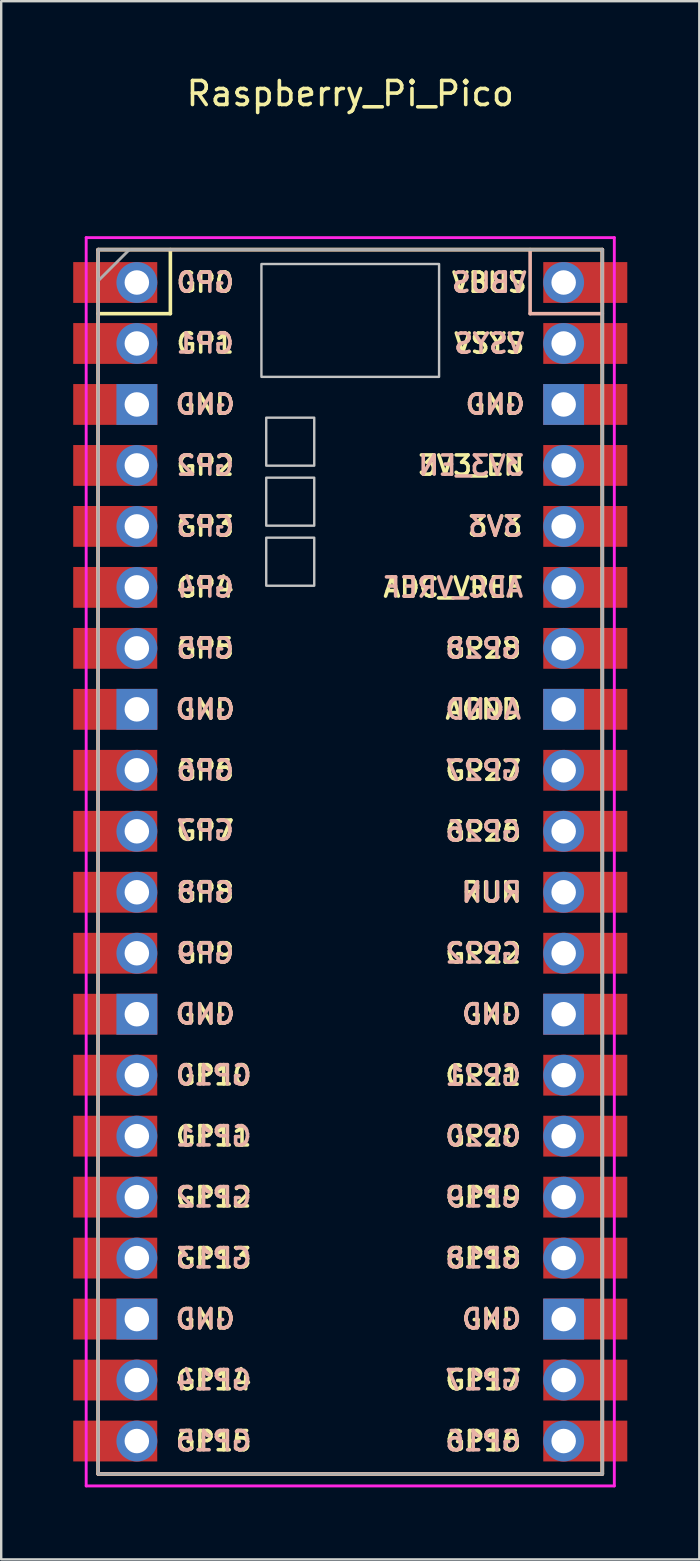
<source format=kicad_pcb>
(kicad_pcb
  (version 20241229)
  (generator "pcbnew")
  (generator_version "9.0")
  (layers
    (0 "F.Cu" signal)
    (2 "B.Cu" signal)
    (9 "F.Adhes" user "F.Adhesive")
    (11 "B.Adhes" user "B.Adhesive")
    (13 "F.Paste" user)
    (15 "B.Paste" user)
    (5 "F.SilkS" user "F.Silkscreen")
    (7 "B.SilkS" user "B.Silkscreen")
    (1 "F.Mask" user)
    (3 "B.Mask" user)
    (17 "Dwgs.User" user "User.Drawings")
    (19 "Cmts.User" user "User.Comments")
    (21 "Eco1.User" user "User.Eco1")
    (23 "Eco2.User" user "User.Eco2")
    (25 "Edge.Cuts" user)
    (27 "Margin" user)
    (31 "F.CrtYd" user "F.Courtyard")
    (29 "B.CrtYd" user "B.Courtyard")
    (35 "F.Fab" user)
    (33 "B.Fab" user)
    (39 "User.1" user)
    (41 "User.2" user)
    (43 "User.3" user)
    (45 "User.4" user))
  (footprint "Raspberry_Pi_Pico"
    (layer "F.Cu")
    (at 11.54 32.848)
    (property "Reference" "Raspberry_Pi_Pico" (at 0 -32 0) (layer "F.SilkS") (effects (font (size 1 1) (thickness 0.15))))
    (attr through_hole)
    (fp_line (start -10.5 -25.5) (end -10.5 25.5) (stroke (width 0.15) (type solid)) (layer "F.SilkS"))
    (fp_line (start -10.5 -25.5) (end 10.5 -25.5) (stroke (width 0.15) (type solid)) (layer "F.SilkS"))
    (fp_line (start -10.5 -22.833) (end -7.493 -22.833) (stroke (width 0.15) (type solid)) (layer "F.SilkS"))
    (fp_line (start -7.493 -22.833) (end -7.493 -25.5) (stroke (width 0.15) (type solid)) (layer "F.SilkS"))
    (fp_line (start 10.5 -25.5) (end 10.5 25.5) (stroke (width 0.15) (type solid)) (layer "F.SilkS"))
    (fp_line (start 10.5 25.5) (end -10.5 25.5) (stroke (width 0.15) (type solid)) (layer "F.SilkS"))
    (fp_line (start -10.5 -25.5) (end -10.5 25.5) (stroke (width 0.15) (type solid)) (layer "B.SilkS"))
    (fp_line (start -10.5 25.5) (end 10.5 25.5) (stroke (width 0.15) (type solid)) (layer "B.SilkS"))
    (fp_line (start 7.493 -22.833) (end 7.493 -25.5) (stroke (width 0.15) (type solid)) (layer "B.SilkS"))
    (fp_line (start 10.5 -25.5) (end -10.5 -25.5) (stroke (width 0.15) (type solid)) (layer "B.SilkS"))
    (fp_line (start 10.5 -25.5) (end 10.5 25.5) (stroke (width 0.15) (type solid)) (layer "B.SilkS"))
    (fp_line (start 10.5 -22.833) (end 7.493 -22.833) (stroke (width 0.15) (type solid)) (layer "B.SilkS"))
    (fp_poly (pts (xy -1.5 -16.5) (xy -3.5 -16.5) (xy -3.5 -18.5) (xy -1.5 -18.5)) (stroke (width 0.1) (type solid)) (fill no) (layer "Dwgs.User"))
    (fp_poly (pts (xy -1.5 -14) (xy -3.5 -14) (xy -3.5 -16) (xy -1.5 -16)) (stroke (width 0.1) (type solid)) (fill no) (layer "Dwgs.User"))
    (fp_poly (pts (xy -1.5 -11.5) (xy -3.5 -11.5) (xy -3.5 -13.5) (xy -1.5 -13.5)) (stroke (width 0.1) (type solid)) (fill no) (layer "Dwgs.User"))
    (fp_poly (pts (xy 3.7 -20.2) (xy -3.7 -20.2) (xy -3.7 -24.9) (xy 3.7 -24.9)) (stroke (width 0.1) (type solid)) (fill no) (layer "Dwgs.User"))
    (fp_line (start -11 -26) (end 11 -26) (stroke (width 0.12) (type solid)) (layer "F.CrtYd"))
    (fp_line (start -11 26) (end -11 -26) (stroke (width 0.12) (type solid)) (layer "F.CrtYd"))
    (fp_line (start 11 -26) (end 11 26) (stroke (width 0.12) (type solid)) (layer "F.CrtYd"))
    (fp_line (start 11 26) (end -11 26) (stroke (width 0.12) (type solid)) (layer "F.CrtYd"))
    (fp_line (start -10.5 -25.5) (end 10.5 -25.5) (stroke (width 0.12) (type solid)) (layer "F.Fab"))
    (fp_line (start -10.5 -24.2) (end -9.2 -25.5) (stroke (width 0.12) (type solid)) (layer "F.Fab"))
    (fp_line (start -10.5 25.5) (end -10.5 -25.5) (stroke (width 0.12) (type solid)) (layer "F.Fab"))
    (fp_line (start 10.5 -25.5) (end 10.5 25.5) (stroke (width 0.12) (type solid)) (layer "F.Fab"))
    (fp_line (start 10.5 25.5) (end -10.5 25.5) (stroke (width 0.12) (type solid)) (layer "F.Fab"))
    (fp_text user "GP19" (at 5.54 13.97 0) (layer "F.SilkS") (effects (font (size 0.8 0.8) (thickness 0.15))))
    (fp_text user "RUN" (at 5.89 1.27 0) (layer "F.SilkS") (effects (font (size 0.8 0.8) (thickness 0.15))))
    (fp_text user "GP15" (at -5.69 24.13 0) (layer "F.SilkS") (effects (font (size 0.8 0.8) (thickness 0.15))))
    (fp_text user "VSYS" (at 5.79 -21.59 0) (layer "F.SilkS") (effects (font (size 0.8 0.8) (thickness 0.15))))
    (fp_text user "GP27" (at 5.54 -3.8 0) (layer "F.SilkS") (effects (font (size 0.8 0.8) (thickness 0.15))))
    (fp_text user "GP9" (at -6.04 3.81 0) (layer "F.SilkS") (effects (font (size 0.8 0.8) (thickness 0.15))))
    (fp_text user "GP12" (at -5.69 13.97 0) (layer "F.SilkS") (effects (font (size 0.8 0.8) (thickness 0.15))))
    (fp_text user "GP20" (at 5.54 11.43 0) (layer "F.SilkS") (effects (font (size 0.8 0.8) (thickness 0.15))))
    (fp_text user "AGND" (at 5.54 -6.35 0) (layer "F.SilkS") (effects (font (size 0.8 0.8) (thickness 0.15))))
    (fp_text user "GP8" (at -6.04 1.27 0) (layer "F.SilkS") (effects (font (size 0.8 0.8) (thickness 0.15))))
    (fp_text user "GND" (at -6.04 19.05 0) (layer "F.SilkS") (effects (font (size 0.8 0.8) (thickness 0.15))))
    (fp_text user "GP5" (at -6.04 -8.89 0) (layer "F.SilkS") (effects (font (size 0.8 0.8) (thickness 0.15))))
    (fp_text user "GP26" (at 5.54 -1.27 0) (layer "F.SilkS") (effects (font (size 0.8 0.8) (thickness 0.15))))
    (fp_text user "GP14" (at -5.69 21.59 0) (layer "F.SilkS") (effects (font (size 0.8 0.8) (thickness 0.15))))
    (fp_text user "GP28" (at 5.54 -8.89 0) (layer "F.SilkS") (effects (font (size 0.8 0.8) (thickness 0.15))))
    (fp_text user "GP11" (at -5.69 11.43 0) (layer "F.SilkS") (effects (font (size 0.8 0.8) (thickness 0.15))))
    (fp_text user "GND" (at 5.89 6.35 0) (layer "F.SilkS") (effects (font (size 0.8 0.8) (thickness 0.15))))
    (fp_text user "GP6" (at -6.04 -3.81 0) (layer "F.SilkS") (effects (font (size 0.8 0.8) (thickness 0.15))))
    (fp_text user "GP10" (at -5.69 8.89 0) (layer "F.SilkS") (effects (font (size 0.8 0.8) (thickness 0.15))))
    (fp_text user "GND" (at -6.04 6.35 0) (layer "F.SilkS") (effects (font (size 0.8 0.8) (thickness 0.15))))
    (fp_text user "GP16" (at 5.54 24.13 0) (layer "F.SilkS") (effects (font (size 0.8 0.8) (thickness 0.15))))
    (fp_text user "3V3" (at 6.04 -13.97 0) (layer "F.SilkS") (effects (font (size 0.8 0.8) (thickness 0.15))))
    (fp_text user "GP3" (at -6.04 -13.97 0) (layer "F.SilkS") (effects (font (size 0.8 0.8) (thickness 0.15))))
    (fp_text user "GP13" (at -5.69 16.51 0) (layer "F.SilkS") (effects (font (size 0.8 0.8) (thickness 0.15))))
    (fp_text user "GP7" (at -6.04 -1.3 0) (layer "F.SilkS") (effects (font (size 0.8 0.8) (thickness 0.15))))
    (fp_text user "VBUS" (at 5.79 -24.13 0) (layer "F.SilkS") (effects (font (size 0.8 0.8) (thickness 0.15))))
    (fp_text user "ADC_VREF" (at 4.29 -11.43 0) (layer "F.SilkS") (effects (font (size 0.8 0.8) (thickness 0.15))))
    (fp_text user "GP22" (at 5.54 3.81 0) (layer "F.SilkS") (effects (font (size 0.8 0.8) (thickness 0.15))))
    (fp_text user "GP4" (at -6.04 -11.43 0) (layer "F.SilkS") (effects (font (size 0.8 0.8) (thickness 0.15))))
    (fp_text user "GP17" (at 5.54 21.59 0) (layer "F.SilkS") (effects (font (size 0.8 0.8) (thickness 0.15))))
    (fp_text user "GP2" (at -6.04 -16.51 0) (layer "F.SilkS") (effects (font (size 0.8 0.8) (thickness 0.15))))
    (fp_text user "3V3_EN" (at 5.04 -16.51 0) (layer "F.SilkS") (effects (font (size 0.8 0.8) (thickness 0.15))))
    (fp_text user "GP0" (at -6.04 -24.13 0) (layer "F.SilkS") (effects (font (size 0.8 0.8) (thickness 0.15))))
    (fp_text user "GND" (at -6.04 -6.35 0) (layer "F.SilkS") (effects (font (size 0.8 0.8) (thickness 0.15))))
    (fp_text user "GP18" (at 5.54 16.51 0) (layer "F.SilkS") (effects (font (size 0.8 0.8) (thickness 0.15))))
    (fp_text user "GP1" (at -6.04 -21.6 0) (layer "F.SilkS") (effects (font (size 0.8 0.8) (thickness 0.15))))
    (fp_text user "GND" (at 5.89 19.05 0) (layer "F.SilkS") (effects (font (size 0.8 0.8) (thickness 0.15))))
    (fp_text user "GP21" (at 5.54 8.9 0) (layer "F.SilkS") (effects (font (size 0.8 0.8) (thickness 0.15))))
    (fp_text user "GND" (at -6.04 -19.05 0) (layer "F.SilkS") (effects (font (size 0.8 0.8) (thickness 0.15))))
    (fp_text user "GND" (at 6.04 -19.05 0) (layer "F.SilkS") (effects (font (size 0.8 0.8) (thickness 0.15))))
    (fp_text user "GP2" (at -6.04 -16.51 0) (layer "B.SilkS") (effects (font (size 0.8 0.8) (thickness 0.15)) (justify mirror)))
    (fp_text user "GP26" (at 5.54 -1.27 0) (layer "B.SilkS") (effects (font (size 0.8 0.8) (thickness 0.15)) (justify mirror)))
    (fp_text user "GND" (at 5.89 19.05 0) (layer "B.SilkS") (effects (font (size 0.8 0.8) (thickness 0.15)) (justify mirror)))
    (fp_text user "GND" (at -6.04 -19.05 0) (layer "B.SilkS") (effects (font (size 0.8 0.8) (thickness 0.15)) (justify mirror)))
    (fp_text user "GP12" (at -5.69 13.97 0) (layer "B.SilkS") (effects (font (size 0.8 0.8) (thickness 0.15)) (justify mirror)))
    (fp_text user "GP11" (at -5.69 11.43 0) (layer "B.SilkS") (effects (font (size 0.8 0.8) (thickness 0.15)) (justify mirror)))
    (fp_text user "GP3" (at -6.04 -13.97 0) (layer "B.SilkS") (effects (font (size 0.8 0.8) (thickness 0.15)) (justify mirror)))
    (fp_text user "3V3_EN" (at 5.04 -16.51 0) (layer "B.SilkS") (effects (font (size 0.8 0.8) (thickness 0.15)) (justify mirror)))
    (fp_text user "GND" (at -6.04 6.35 0) (layer "B.SilkS") (effects (font (size 0.8 0.8) (thickness 0.15)) (justify mirror)))
    (fp_text user "GP21" (at 5.54 8.9 0) (layer "B.SilkS") (effects (font (size 0.8 0.8) (thickness 0.15)) (justify mirror)))
    (fp_text user "RUN" (at 5.89 1.27 0) (layer "B.SilkS") (effects (font (size 0.8 0.8) (thickness 0.15)) (justify mirror)))
    (fp_text user "GP7" (at -6.04 -1.3 0) (layer "B.SilkS") (effects (font (size 0.8 0.8) (thickness 0.15)) (justify mirror)))
    (fp_text user "VSYS" (at 5.79 -21.59 0) (layer "B.SilkS") (effects (font (size 0.8 0.8) (thickness 0.15)) (justify mirror)))
    (fp_text user "GP4" (at -6.04 -11.43 0) (layer "B.SilkS") (effects (font (size 0.8 0.8) (thickness 0.15)) (justify mirror)))
    (fp_text user "GP15" (at -5.69 24.13 0) (layer "B.SilkS") (effects (font (size 0.8 0.8) (thickness 0.15)) (justify mirror)))
    (fp_text user "ADC_VREF" (at 4.29 -11.43 0) (layer "B.SilkS") (effects (font (size 0.8 0.8) (thickness 0.15)) (justify mirror)))
    (fp_text user "GP14" (at -5.69 21.59 0) (layer "B.SilkS") (effects (font (size 0.8 0.8) (thickness 0.15)) (justify mirror)))
    (fp_text user "AGND" (at 5.54 -6.35 0) (layer "B.SilkS") (effects (font (size 0.8 0.8) (thickness 0.15)) (justify mirror)))
    (fp_text user "GP19" (at 5.54 13.97 0) (layer "B.SilkS") (effects (font (size 0.8 0.8) (thickness 0.15)) (justify mirror)))
    (fp_text user "GP22" (at 5.54 3.81 0) (layer "B.SilkS") (effects (font (size 0.8 0.8) (thickness 0.15)) (justify mirror)))
    (fp_text user "GP17" (at 5.54 21.59 0) (layer "B.SilkS") (effects (font (size 0.8 0.8) (thickness 0.15)) (justify mirror)))
    (fp_text user "GND" (at 5.89 6.35 0) (layer "B.SilkS") (effects (font (size 0.8 0.8) (thickness 0.15)) (justify mirror)))
    (fp_text user "GND" (at -6.04 -6.35 0) (layer "B.SilkS") (effects (font (size 0.8 0.8) (thickness 0.15)) (justify mirror)))
    (fp_text user "GND" (at -6.04 19.05 0) (layer "B.SilkS") (effects (font (size 0.8 0.8) (thickness 0.15)) (justify mirror)))
    (fp_text user "GP6" (at -6.04 -3.81 0) (layer "B.SilkS") (effects (font (size 0.8 0.8) (thickness 0.15)) (justify mirror)))
    (fp_text user "GND" (at 6.04 -19.05 0) (layer "B.SilkS") (effects (font (size 0.8 0.8) (thickness 0.15)) (justify mirror)))
    (fp_text user "3V3" (at 6.04 -13.97 0) (layer "B.SilkS") (effects (font (size 0.8 0.8) (thickness 0.15)) (justify mirror)))
    (fp_text user "GP13" (at -5.69 16.51 0) (layer "B.SilkS") (effects (font (size 0.8 0.8) (thickness 0.15)) (justify mirror)))
    (fp_text user "GP27" (at 5.54 -3.8 0) (layer "B.SilkS") (effects (font (size 0.8 0.8) (thickness 0.15)) (justify mirror)))
    (fp_text user "GP28" (at 5.54 -8.89 0) (layer "B.SilkS") (effects (font (size 0.8 0.8) (thickness 0.15)) (justify mirror)))
    (fp_text user "GP5" (at -6.04 -8.89 0) (layer "B.SilkS") (effects (font (size 0.8 0.8) (thickness 0.15)) (justify mirror)))
    (fp_text user "GP16" (at 5.54 24.13 0) (layer "B.SilkS") (effects (font (size 0.8 0.8) (thickness 0.15)) (justify mirror)))
    (fp_text user "GP8" (at -6.04 1.27 0) (layer "B.SilkS") (effects (font (size 0.8 0.8) (thickness 0.15)) (justify mirror)))
    (fp_text user "GP20" (at 5.54 11.43 0) (layer "B.SilkS") (effects (font (size 0.8 0.8) (thickness 0.15)) (justify mirror)))
    (fp_text user "GP10" (at -5.69 8.89 0) (layer "B.SilkS") (effects (font (size 0.8 0.8) (thickness 0.15)) (justify mirror)))
    (fp_text user "GP0" (at -6.04 -24.13 0) (layer "B.SilkS") (effects (font (size 0.8 0.8) (thickness 0.15)) (justify mirror)))
    (fp_text user "VBUS" (at 5.79 -24.13 0) (layer "B.SilkS") (effects (font (size 0.8 0.8) (thickness 0.15)) (justify mirror)))
    (fp_text user "GP18" (at 5.54 16.51 0) (layer "B.SilkS") (effects (font (size 0.8 0.8) (thickness 0.15)) (justify mirror)))
    (fp_text user "GP9" (at -6.04 3.81 0) (layer "B.SilkS") (effects (font (size 0.8 0.8) (thickness 0.15)) (justify mirror)))
    (fp_text user "GP1" (at -6.04 -21.6 0) (layer "B.SilkS") (effects (font (size 0.8 0.8) (thickness 0.15)) (justify mirror)))
    (pad "1" thru_hole oval (at -8.89 -24.13) (size 1.7 1.7) (drill 1.02) (layers "*.Cu" "*.Mask"))
    (pad "1" smd rect (at -8.89 -24.13) (size 3.5 1.7) (drill (offset -0.9 0)) (layers "F.Cu" "F.Mask"))
    (pad "2" thru_hole oval (at -8.89 -21.59) (size 1.7 1.7) (drill 1.02) (layers "*.Cu" "*.Mask"))
    (pad "2" smd rect (at -8.89 -21.59) (size 3.5 1.7) (drill (offset -0.9 0)) (layers "F.Cu" "F.Mask"))
    (pad "3" thru_hole rect (at -8.89 -19.05) (size 1.7 1.7) (drill 1.02) (layers "*.Cu" "*.Mask"))
    (pad "3" smd rect (at -8.89 -19.05) (size 3.5 1.7) (drill (offset -0.9 0)) (layers "F.Cu" "F.Mask"))
    (pad "4" thru_hole oval (at -8.89 -16.51) (size 1.7 1.7) (drill 1.02) (layers "*.Cu" "*.Mask"))
    (pad "4" smd rect (at -8.89 -16.51) (size 3.5 1.7) (drill (offset -0.9 0)) (layers "F.Cu" "F.Mask"))
    (pad "5" thru_hole oval (at -8.89 -13.97) (size 1.7 1.7) (drill 1.02) (layers "*.Cu" "*.Mask"))
    (pad "5" smd rect (at -8.89 -13.97) (size 3.5 1.7) (drill (offset -0.9 0)) (layers "F.Cu" "F.Mask"))
    (pad "6" thru_hole oval (at -8.89 -11.43) (size 1.7 1.7) (drill 1.02) (layers "*.Cu" "*.Mask"))
    (pad "6" smd rect (at -8.89 -11.43) (size 3.5 1.7) (drill (offset -0.9 0)) (layers "F.Cu" "F.Mask"))
    (pad "7" thru_hole oval (at -8.89 -8.89) (size 1.7 1.7) (drill 1.02) (layers "*.Cu" "*.Mask"))
    (pad "7" smd rect (at -8.89 -8.89) (size 3.5 1.7) (drill (offset -0.9 0)) (layers "F.Cu" "F.Mask"))
    (pad "8" thru_hole rect (at -8.89 -6.35) (size 1.7 1.7) (drill 1.02) (layers "*.Cu" "*.Mask"))
    (pad "8" smd rect (at -8.89 -6.35) (size 3.5 1.7) (drill (offset -0.9 0)) (layers "F.Cu" "F.Mask"))
    (pad "9" thru_hole oval (at -8.89 -3.81) (size 1.7 1.7) (drill 1.02) (layers "*.Cu" "*.Mask"))
    (pad "9" smd rect (at -8.89 -3.81) (size 3.5 1.7) (drill (offset -0.9 0)) (layers "F.Cu" "F.Mask"))
    (pad "10" thru_hole oval (at -8.89 -1.27) (size 1.7 1.7) (drill 1.02) (layers "*.Cu" "*.Mask"))
    (pad "10" smd rect (at -8.89 -1.27) (size 3.5 1.7) (drill (offset -0.9 0)) (layers "F.Cu" "F.Mask"))
    (pad "11" thru_hole oval (at -8.89 1.27) (size 1.7 1.7) (drill 1.02) (layers "*.Cu" "*.Mask"))
    (pad "11" smd rect (at -8.89 1.27) (size 3.5 1.7) (drill (offset -0.9 0)) (layers "F.Cu" "F.Mask"))
    (pad "12" thru_hole oval (at -8.89 3.81) (size 1.7 1.7) (drill 1.02) (layers "*.Cu" "*.Mask"))
    (pad "12" smd rect (at -8.89 3.81) (size 3.5 1.7) (drill (offset -0.9 0)) (layers "F.Cu" "F.Mask"))
    (pad "13" thru_hole rect (at -8.89 6.35) (size 1.7 1.7) (drill 1.02) (layers "*.Cu" "*.Mask"))
    (pad "13" smd rect (at -8.89 6.35) (size 3.5 1.7) (drill (offset -0.9 0)) (layers "F.Cu" "F.Mask"))
    (pad "14" thru_hole oval (at -8.89 8.89) (size 1.7 1.7) (drill 1.02) (layers "*.Cu" "*.Mask"))
    (pad "14" smd rect (at -8.89 8.89) (size 3.5 1.7) (drill (offset -0.9 0)) (layers "F.Cu" "F.Mask"))
    (pad "15" thru_hole oval (at -8.89 11.43) (size 1.7 1.7) (drill 1.02) (layers "*.Cu" "*.Mask"))
    (pad "15" smd rect (at -8.89 11.43) (size 3.5 1.7) (drill (offset -0.9 0)) (layers "F.Cu" "F.Mask"))
    (pad "16" thru_hole oval (at -8.89 13.97) (size 1.7 1.7) (drill 1.02) (layers "*.Cu" "*.Mask"))
    (pad "16" smd rect (at -8.89 13.97) (size 3.5 1.7) (drill (offset -0.9 0)) (layers "F.Cu" "F.Mask"))
    (pad "17" thru_hole oval (at -8.89 16.51) (size 1.7 1.7) (drill 1.02) (layers "*.Cu" "*.Mask"))
    (pad "17" smd rect (at -8.89 16.51) (size 3.5 1.7) (drill (offset -0.9 0)) (layers "F.Cu" "F.Mask"))
    (pad "18" thru_hole rect (at -8.89 19.05) (size 1.7 1.7) (drill 1.02) (layers "*.Cu" "*.Mask"))
    (pad "18" smd rect (at -8.89 19.05) (size 3.5 1.7) (drill (offset -0.9 0)) (layers "F.Cu" "F.Mask"))
    (pad "19" thru_hole oval (at -8.89 21.59) (size 1.7 1.7) (drill 1.02) (layers "*.Cu" "*.Mask"))
    (pad "19" smd rect (at -8.89 21.59) (size 3.5 1.7) (drill (offset -0.9 0)) (layers "F.Cu" "F.Mask"))
    (pad "20" thru_hole oval (at -8.89 24.13) (size 1.7 1.7) (drill 1.02) (layers "*.Cu" "*.Mask"))
    (pad "20" smd rect (at -8.89 24.13) (size 3.5 1.7) (drill (offset -0.9 0)) (layers "F.Cu" "F.Mask"))
    (pad "21" thru_hole oval (at 8.89 24.13) (size 1.7 1.7) (drill 1.02) (layers "*.Cu" "*.Mask"))
    (pad "21" smd rect (at 8.89 24.13) (size 3.5 1.7) (drill (offset 0.9 0)) (layers "F.Cu" "F.Mask"))
    (pad "22" thru_hole oval (at 8.89 21.59) (size 1.7 1.7) (drill 1.02) (layers "*.Cu" "*.Mask"))
    (pad "22" smd rect (at 8.89 21.59) (size 3.5 1.7) (drill (offset 0.9 0)) (layers "F.Cu" "F.Mask"))
    (pad "23" thru_hole rect (at 8.89 19.05) (size 1.7 1.7) (drill 1.02) (layers "*.Cu" "*.Mask"))
    (pad "23" smd rect (at 8.89 19.05) (size 3.5 1.7) (drill (offset 0.9 0)) (layers "F.Cu" "F.Mask"))
    (pad "24" thru_hole oval (at 8.89 16.51) (size 1.7 1.7) (drill 1.02) (layers "*.Cu" "*.Mask"))
    (pad "24" smd rect (at 8.89 16.51) (size 3.5 1.7) (drill (offset 0.9 0)) (layers "F.Cu" "F.Mask"))
    (pad "25" thru_hole oval (at 8.89 13.97) (size 1.7 1.7) (drill 1.02) (layers "*.Cu" "*.Mask"))
    (pad "25" smd rect (at 8.89 13.97) (size 3.5 1.7) (drill (offset 0.9 0)) (layers "F.Cu" "F.Mask"))
    (pad "26" thru_hole oval (at 8.89 11.43) (size 1.7 1.7) (drill 1.02) (layers "*.Cu" "*.Mask"))
    (pad "26" smd rect (at 8.89 11.43) (size 3.5 1.7) (drill (offset 0.9 0)) (layers "F.Cu" "F.Mask"))
    (pad "27" thru_hole oval (at 8.89 8.89) (size 1.7 1.7) (drill 1.02) (layers "*.Cu" "*.Mask"))
    (pad "27" smd rect (at 8.89 8.89) (size 3.5 1.7) (drill (offset 0.9 0)) (layers "F.Cu" "F.Mask"))
    (pad "28" thru_hole rect (at 8.89 6.35) (size 1.7 1.7) (drill 1.02) (layers "*.Cu" "*.Mask"))
    (pad "28" smd rect (at 8.89 6.35) (size 3.5 1.7) (drill (offset 0.9 0)) (layers "F.Cu" "F.Mask"))
    (pad "29" thru_hole oval (at 8.89 3.81) (size 1.7 1.7) (drill 1.02) (layers "*.Cu" "*.Mask"))
    (pad "29" smd rect (at 8.89 3.81) (size 3.5 1.7) (drill (offset 0.9 0)) (layers "F.Cu" "F.Mask"))
    (pad "30" thru_hole oval (at 8.89 1.27) (size 1.7 1.7) (drill 1.02) (layers "*.Cu" "*.Mask"))
    (pad "30" smd rect (at 8.89 1.27) (size 3.5 1.7) (drill (offset 0.9 0)) (layers "F.Cu" "F.Mask"))
    (pad "31" thru_hole oval (at 8.89 -1.27) (size 1.7 1.7) (drill 1.02) (layers "*.Cu" "*.Mask"))
    (pad "31" smd rect (at 8.89 -1.27) (size 3.5 1.7) (drill (offset 0.9 0)) (layers "F.Cu" "F.Mask"))
    (pad "32" thru_hole oval (at 8.89 -3.81) (size 1.7 1.7) (drill 1.02) (layers "*.Cu" "*.Mask"))
    (pad "32" smd rect (at 8.89 -3.81) (size 3.5 1.7) (drill (offset 0.9 0)) (layers "F.Cu" "F.Mask"))
    (pad "33" thru_hole rect (at 8.89 -6.35) (size 1.7 1.7) (drill 1.02) (layers "*.Cu" "*.Mask"))
    (pad "33" smd rect (at 8.89 -6.35) (size 3.5 1.7) (drill (offset 0.9 0)) (layers "F.Cu" "F.Mask"))
    (pad "34" thru_hole oval (at 8.89 -8.89) (size 1.7 1.7) (drill 1.02) (layers "*.Cu" "*.Mask"))
    (pad "34" smd rect (at 8.89 -8.89) (size 3.5 1.7) (drill (offset 0.9 0)) (layers "F.Cu" "F.Mask"))
    (pad "35" thru_hole oval (at 8.89 -11.43) (size 1.7 1.7) (drill 1.02) (layers "*.Cu" "*.Mask"))
    (pad "35" smd rect (at 8.89 -11.43) (size 3.5 1.7) (drill (offset 0.9 0)) (layers "F.Cu" "F.Mask"))
    (pad "36" thru_hole oval (at 8.89 -13.97) (size 1.7 1.7) (drill 1.02) (layers "*.Cu" "*.Mask"))
    (pad "36" smd rect (at 8.89 -13.97) (size 3.5 1.7) (drill (offset 0.9 0)) (layers "F.Cu" "F.Mask"))
    (pad "37" thru_hole oval (at 8.89 -16.51) (size 1.7 1.7) (drill 1.02) (layers "*.Cu" "*.Mask"))
    (pad "37" smd rect (at 8.89 -16.51) (size 3.5 1.7) (drill (offset 0.9 0)) (layers "F.Cu" "F.Mask"))
    (pad "38" thru_hole rect (at 8.89 -19.05) (size 1.7 1.7) (drill 1.02) (layers "*.Cu" "*.Mask"))
    (pad "38" smd rect (at 8.89 -19.05) (size 3.5 1.7) (drill (offset 0.9 0)) (layers "F.Cu" "F.Mask"))
    (pad "39" thru_hole oval (at 8.89 -21.59) (size 1.7 1.7) (drill 1.02) (layers "*.Cu" "*.Mask"))
    (pad "39" smd rect (at 8.89 -21.59) (size 3.5 1.7) (drill (offset 0.9 0)) (layers "F.Cu" "F.Mask"))
    (pad "40" thru_hole oval (at 8.89 -24.13) (size 1.7 1.7) (drill 1.02) (layers "*.Cu" "*.Mask"))
    (pad "40" smd rect (at 8.89 -24.13) (size 3.5 1.7) (drill (offset 0.9 0)) (layers "F.Cu" "F.Mask")))
  (gr_rect
    (start -3 -3)
    (end 26.08 61.908)
    (stroke (width 0.1) (type default))
    (fill no)
    (layer "Edge.Cuts")))
</source>
